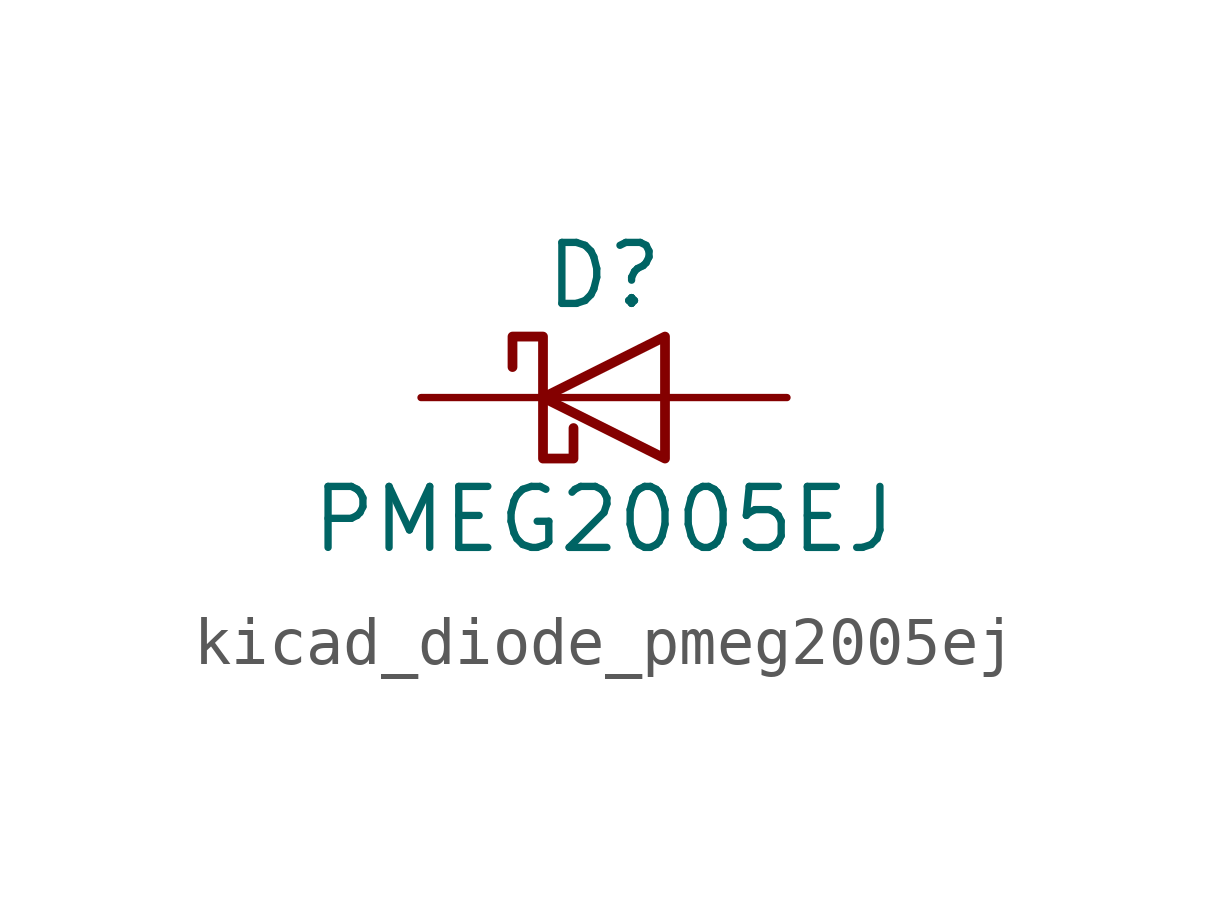
<source format=kicad_sym>
(kicad_symbol_lib
  (version 20220914)
  (generator kicad_symbol_editor)
  (symbol "kicad_diode_pmeg2005ej"
    (pin_numbers hide)
    (pin_names hide)
    (property "Reference" "D"
      (at 0 2.54 0)
      (effects (font (size 1.27 1.27))))
    (property "Value" "PMEG2005EJ"
      (at 0 -2.54 0)
      (effects (font (size 1.27 1.27))))
    (symbol "kicad_diode_pmeg2005ej_0_1"
      (polyline (pts (xy 1.27 0) (xy -1.27 0)) (stroke (width 0) (type default)) (fill (type none)))
      (polyline (pts (xy 1.27 1.27) (xy 1.27 -1.27) (xy -1.27 0) (xy 1.27 1.27)) (stroke (width 0.203) (type default)) (fill (type none)))
      (polyline (pts (xy -1.905 0.635) (xy -1.905 1.27) (xy -1.27 1.27) (xy -1.27 -1.27) (xy -0.635 -1.27) (xy -0.635 -0.635)) (stroke (width 0.203) (type default)) (fill (type none))))
    (symbol "kicad_diode_pmeg2005ej_1_1"
      (pin passive line (at -3.81 0 0) (length 2.54) (name "K" (effects (font (size 1.27 1.27)))) (number "1" (effects (font (size 1.27 1.27)))))
      (pin passive line (at 3.81 0 180) (length 2.54) (name "A" (effects (font (size 1.27 1.27)))) (number "2" (effects (font (size 1.27 1.27))))))))
</source>
